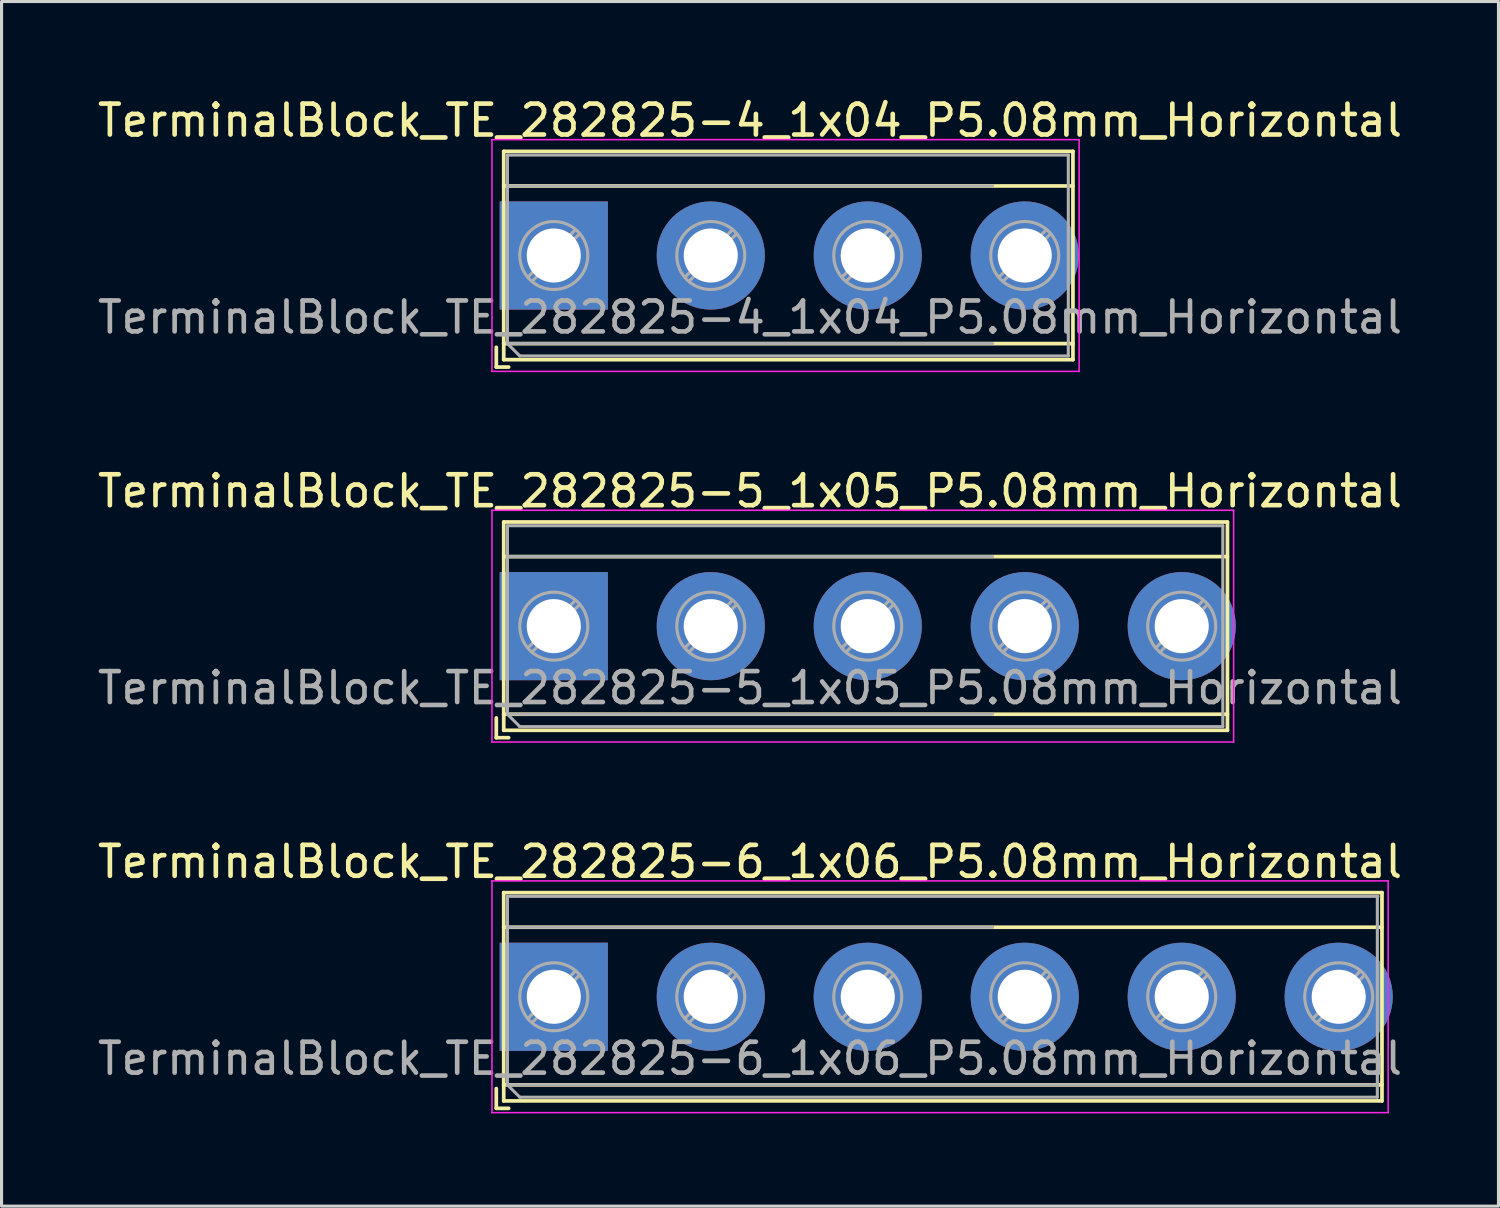
<source format=kicad_pcb>
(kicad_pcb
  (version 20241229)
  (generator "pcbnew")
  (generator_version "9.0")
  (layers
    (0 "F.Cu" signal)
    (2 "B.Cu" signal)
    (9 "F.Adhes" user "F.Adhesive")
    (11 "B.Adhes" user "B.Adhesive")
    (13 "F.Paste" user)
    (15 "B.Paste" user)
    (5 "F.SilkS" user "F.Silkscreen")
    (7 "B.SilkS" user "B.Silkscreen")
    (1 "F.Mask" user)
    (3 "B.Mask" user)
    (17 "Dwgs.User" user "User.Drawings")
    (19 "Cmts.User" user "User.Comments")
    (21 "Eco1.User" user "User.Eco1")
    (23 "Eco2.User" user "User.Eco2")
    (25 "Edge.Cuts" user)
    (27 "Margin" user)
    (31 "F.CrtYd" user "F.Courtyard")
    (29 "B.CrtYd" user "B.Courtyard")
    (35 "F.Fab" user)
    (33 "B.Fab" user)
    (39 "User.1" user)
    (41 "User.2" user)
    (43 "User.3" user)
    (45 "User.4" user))
  (footprint "TerminalBlock_TE_282825-6_1x06_P5.08mm_Horizontal"
    (layer "F.Cu")
    (at 14.87 29.205)
    (property "Reference" "TerminalBlock_TE_282825-6_1x06_P5.08mm_Horizontal" (at 6.35 -4.37 0) (layer "F.SilkS") (effects (font (size 1 1) (thickness 0.15))))
    (attr through_hole)
    (fp_line (start -1.86 2.97) (end -1.86 3.61) (stroke (width 0.12) (type solid)) (layer "F.SilkS"))
    (fp_line (start -1.86 3.61) (end -1.46 3.61) (stroke (width 0.12) (type solid)) (layer "F.SilkS"))
    (fp_line (start -1.62 -3.37) (end -1.62 3.37) (stroke (width 0.12) (type solid)) (layer "F.SilkS"))
    (fp_line (start -1.62 -3.37) (end 26.8 -3.37) (stroke (width 0.12) (type solid)) (layer "F.SilkS"))
    (fp_line (start -1.62 -2.25) (end 26.8 -2.25) (stroke (width 0.12) (type solid)) (layer "F.SilkS"))
    (fp_line (start -1.62 2.85) (end 26.8 2.85) (stroke (width 0.12) (type solid)) (layer "F.SilkS"))
    (fp_line (start -1.62 3.37) (end 26.8 3.37) (stroke (width 0.12) (type solid)) (layer "F.SilkS"))
    (fp_line (start 26.8 -3.37) (end 26.8 3.37) (stroke (width 0.12) (type solid)) (layer "F.SilkS"))
    (fp_line (start -2 -3.75) (end -2 3.75) (stroke (width 0.05) (type solid)) (layer "F.CrtYd"))
    (fp_line (start -2 3.75) (end 27 3.75) (stroke (width 0.05) (type solid)) (layer "F.CrtYd"))
    (fp_line (start 27 -3.75) (end -2 -3.75) (stroke (width 0.05) (type solid)) (layer "F.CrtYd"))
    (fp_line (start 27 3.75) (end 27 -3.75) (stroke (width 0.05) (type solid)) (layer "F.CrtYd"))
    (fp_line (start -1.5 -3.25) (end 26.67 -3.25) (stroke (width 0.1) (type solid)) (layer "F.Fab"))
    (fp_line (start -1.5 -2.25) (end 14.2 -2.25) (stroke (width 0.1) (type solid)) (layer "F.Fab"))
    (fp_line (start -1.5 2.85) (end -1.5 -3.25) (stroke (width 0.1) (type solid)) (layer "F.Fab"))
    (fp_line (start -1.5 2.85) (end 26.65 2.85) (stroke (width 0.1) (type solid)) (layer "F.Fab"))
    (fp_line (start -1.1 3.25) (end -1.5 2.85) (stroke (width 0.1) (type solid)) (layer "F.Fab"))
    (fp_line (start 0.701 -0.835) (end -0.835 0.7) (stroke (width 0.1) (type solid)) (layer "F.Fab"))
    (fp_line (start 0.835 -0.7) (end -0.701 0.835) (stroke (width 0.1) (type solid)) (layer "F.Fab"))
    (fp_line (start 5.781 -0.835) (end 4.246 0.7) (stroke (width 0.1) (type solid)) (layer "F.Fab"))
    (fp_line (start 5.915 -0.7) (end 4.38 0.835) (stroke (width 0.1) (type solid)) (layer "F.Fab"))
    (fp_line (start 10.861 -0.835) (end 9.326 0.7) (stroke (width 0.1) (type solid)) (layer "F.Fab"))
    (fp_line (start 10.995 -0.7) (end 9.46 0.835) (stroke (width 0.1) (type solid)) (layer "F.Fab"))
    (fp_line (start 15.941 -0.835) (end 14.406 0.7) (stroke (width 0.1) (type solid)) (layer "F.Fab"))
    (fp_line (start 16.075 -0.7) (end 14.54 0.835) (stroke (width 0.1) (type solid)) (layer "F.Fab"))
    (fp_line (start 21.021 -0.835) (end 19.486 0.7) (stroke (width 0.1) (type solid)) (layer "F.Fab"))
    (fp_line (start 21.155 -0.7) (end 19.62 0.835) (stroke (width 0.1) (type solid)) (layer "F.Fab"))
    (fp_line (start 26.101 -0.835) (end 24.566 0.7) (stroke (width 0.1) (type solid)) (layer "F.Fab"))
    (fp_line (start 26.235 -0.7) (end 24.7 0.835) (stroke (width 0.1) (type solid)) (layer "F.Fab"))
    (fp_line (start 26.65 -3.25) (end 26.65 3.25) (stroke (width 0.1) (type solid)) (layer "F.Fab"))
    (fp_line (start 26.65 3.25) (end -1.1 3.25) (stroke (width 0.1) (type solid)) (layer "F.Fab"))
    (fp_circle (center 0 0) (end 1.1 0) (stroke (width 0.1) (type solid)) (fill no) (layer "F.Fab"))
    (fp_circle (center 5.08 0) (end 6.18 0) (stroke (width 0.1) (type solid)) (fill no) (layer "F.Fab"))
    (fp_circle (center 10.16 0) (end 11.26 0) (stroke (width 0.1) (type solid)) (fill no) (layer "F.Fab"))
    (fp_circle (center 15.24 0) (end 16.34 0) (stroke (width 0.1) (type solid)) (fill no) (layer "F.Fab"))
    (fp_circle (center 20.32 0) (end 21.42 0) (stroke (width 0.1) (type solid)) (fill no) (layer "F.Fab"))
    (fp_circle (center 25.4 0) (end 26.5 0) (stroke (width 0.1) (type solid)) (fill no) (layer "F.Fab"))
    (fp_text user "${REFERENCE}" (at 6.35 2 0) (layer "F.Fab") (effects (font (size 1 1) (thickness 0.15))))
    (pad "1" thru_hole rect (at 0 0) (size 3.5 3.5) (drill 1.75) (layers "*.Cu" "*.Mask"))
    (pad "2" thru_hole circle (at 5.08 0) (size 3.5 3.5) (drill 1.75) (layers "*.Cu" "*.Mask"))
    (pad "3" thru_hole circle (at 10.16 0) (size 3.5 3.5) (drill 1.75) (layers "*.Cu" "*.Mask"))
    (pad "4" thru_hole circle (at 15.24 0) (size 3.5 3.5) (drill 1.75) (layers "*.Cu" "*.Mask"))
    (pad "5" thru_hole circle (at 20.32 0) (size 3.5 3.5) (drill 1.75) (layers "*.Cu" "*.Mask"))
    (pad "6" thru_hole circle (at 25.4 0) (size 3.5 3.5) (drill 1.75) (layers "*.Cu" "*.Mask")))
  (footprint "TerminalBlock_TE_282825-5_1x05_P5.08mm_Horizontal"
    (layer "F.Cu")
    (at 14.87 17.212)
    (property "Reference" "TerminalBlock_TE_282825-5_1x05_P5.08mm_Horizontal" (at 6.35 -4.37 0) (layer "F.SilkS") (effects (font (size 1 1) (thickness 0.15))))
    (attr through_hole)
    (fp_line (start -1.86 2.97) (end -1.86 3.61) (stroke (width 0.12) (type solid)) (layer "F.SilkS"))
    (fp_line (start -1.86 3.61) (end -1.46 3.61) (stroke (width 0.12) (type solid)) (layer "F.SilkS"))
    (fp_line (start -1.62 -3.37) (end -1.62 3.37) (stroke (width 0.12) (type solid)) (layer "F.SilkS"))
    (fp_line (start -1.62 -3.37) (end 21.8 -3.37) (stroke (width 0.12) (type solid)) (layer "F.SilkS"))
    (fp_line (start -1.62 -2.25) (end 21.8 -2.25) (stroke (width 0.12) (type solid)) (layer "F.SilkS"))
    (fp_line (start -1.62 2.85) (end 21.8 2.85) (stroke (width 0.12) (type solid)) (layer "F.SilkS"))
    (fp_line (start -1.62 3.37) (end 21.8 3.37) (stroke (width 0.12) (type solid)) (layer "F.SilkS"))
    (fp_line (start 21.8 -3.37) (end 21.8 3.37) (stroke (width 0.12) (type solid)) (layer "F.SilkS"))
    (fp_line (start -2 -3.75) (end -2 3.75) (stroke (width 0.05) (type solid)) (layer "F.CrtYd"))
    (fp_line (start -2 3.75) (end 22 3.75) (stroke (width 0.05) (type solid)) (layer "F.CrtYd"))
    (fp_line (start 22 -3.75) (end -2 -3.75) (stroke (width 0.05) (type solid)) (layer "F.CrtYd"))
    (fp_line (start 22 3.75) (end 22 -3.75) (stroke (width 0.05) (type solid)) (layer "F.CrtYd"))
    (fp_line (start -1.5 -3.25) (end 21.65 -3.25) (stroke (width 0.1) (type solid)) (layer "F.Fab"))
    (fp_line (start -1.5 -2.25) (end 14.2 -2.25) (stroke (width 0.1) (type solid)) (layer "F.Fab"))
    (fp_line (start -1.5 2.85) (end -1.5 -3.25) (stroke (width 0.1) (type solid)) (layer "F.Fab"))
    (fp_line (start -1.5 2.85) (end 14.2 2.85) (stroke (width 0.1) (type solid)) (layer "F.Fab"))
    (fp_line (start -1.1 3.25) (end -1.5 2.85) (stroke (width 0.1) (type solid)) (layer "F.Fab"))
    (fp_line (start 0.701 -0.835) (end -0.835 0.7) (stroke (width 0.1) (type solid)) (layer "F.Fab"))
    (fp_line (start 0.835 -0.7) (end -0.701 0.835) (stroke (width 0.1) (type solid)) (layer "F.Fab"))
    (fp_line (start 5.781 -0.835) (end 4.246 0.7) (stroke (width 0.1) (type solid)) (layer "F.Fab"))
    (fp_line (start 5.915 -0.7) (end 4.38 0.835) (stroke (width 0.1) (type solid)) (layer "F.Fab"))
    (fp_line (start 10.861 -0.835) (end 9.326 0.7) (stroke (width 0.1) (type solid)) (layer "F.Fab"))
    (fp_line (start 10.995 -0.7) (end 9.46 0.835) (stroke (width 0.1) (type solid)) (layer "F.Fab"))
    (fp_line (start 15.941 -0.835) (end 14.406 0.7) (stroke (width 0.1) (type solid)) (layer "F.Fab"))
    (fp_line (start 16.075 -0.7) (end 14.54 0.835) (stroke (width 0.1) (type solid)) (layer "F.Fab"))
    (fp_line (start 21.021 -0.835) (end 19.486 0.7) (stroke (width 0.1) (type solid)) (layer "F.Fab"))
    (fp_line (start 21.155 -0.7) (end 19.62 0.835) (stroke (width 0.1) (type solid)) (layer "F.Fab"))
    (fp_line (start 21.65 -3.25) (end 21.65 3.25) (stroke (width 0.1) (type solid)) (layer "F.Fab"))
    (fp_line (start 21.65 3.25) (end -1.1 3.25) (stroke (width 0.1) (type solid)) (layer "F.Fab"))
    (fp_circle (center 0 0) (end 1.1 0) (stroke (width 0.1) (type solid)) (fill no) (layer "F.Fab"))
    (fp_circle (center 5.08 0) (end 6.18 0) (stroke (width 0.1) (type solid)) (fill no) (layer "F.Fab"))
    (fp_circle (center 10.16 0) (end 11.26 0) (stroke (width 0.1) (type solid)) (fill no) (layer "F.Fab"))
    (fp_circle (center 15.24 0) (end 16.34 0) (stroke (width 0.1) (type solid)) (fill no) (layer "F.Fab"))
    (fp_circle (center 20.32 0) (end 21.42 0) (stroke (width 0.1) (type solid)) (fill no) (layer "F.Fab"))
    (fp_text user "${REFERENCE}" (at 6.35 2 0) (layer "F.Fab") (effects (font (size 1 1) (thickness 0.15))))
    (pad "1" thru_hole rect (at 0 0) (size 3.5 3.5) (drill 1.75) (layers "*.Cu" "*.Mask"))
    (pad "2" thru_hole circle (at 5.08 0) (size 3.5 3.5) (drill 1.75) (layers "*.Cu" "*.Mask"))
    (pad "3" thru_hole circle (at 10.16 0) (size 3.5 3.5) (drill 1.75) (layers "*.Cu" "*.Mask"))
    (pad "4" thru_hole circle (at 15.24 0) (size 3.5 3.5) (drill 1.75) (layers "*.Cu" "*.Mask"))
    (pad "5" thru_hole circle (at 20.32 0) (size 3.5 3.5) (drill 1.75) (layers "*.Cu" "*.Mask")))
  (footprint "TerminalBlock_TE_282825-4_1x04_P5.08mm_Horizontal"
    (layer "F.Cu")
    (at 14.87 5.218)
    (property "Reference" "TerminalBlock_TE_282825-4_1x04_P5.08mm_Horizontal" (at 6.35 -4.37 0) (layer "F.SilkS") (effects (font (size 1 1) (thickness 0.15))))
    (attr through_hole)
    (fp_line (start -1.86 2.97) (end -1.86 3.61) (stroke (width 0.12) (type solid)) (layer "F.SilkS"))
    (fp_line (start -1.86 3.61) (end -1.46 3.61) (stroke (width 0.12) (type solid)) (layer "F.SilkS"))
    (fp_line (start -1.62 -3.37) (end -1.62 3.37) (stroke (width 0.12) (type solid)) (layer "F.SilkS"))
    (fp_line (start -1.62 -3.37) (end 16.8 -3.37) (stroke (width 0.12) (type solid)) (layer "F.SilkS"))
    (fp_line (start -1.62 -2.25) (end 16.8 -2.25) (stroke (width 0.12) (type solid)) (layer "F.SilkS"))
    (fp_line (start -1.62 2.85) (end 16.8 2.85) (stroke (width 0.12) (type solid)) (layer "F.SilkS"))
    (fp_line (start -1.62 3.37) (end 16.8 3.37) (stroke (width 0.12) (type solid)) (layer "F.SilkS"))
    (fp_line (start 16.8 -3.37) (end 16.8 3.37) (stroke (width 0.12) (type solid)) (layer "F.SilkS"))
    (fp_line (start -2 -3.75) (end -2 3.75) (stroke (width 0.05) (type solid)) (layer "F.CrtYd"))
    (fp_line (start -2 3.75) (end 17 3.75) (stroke (width 0.05) (type solid)) (layer "F.CrtYd"))
    (fp_line (start 17 -3.75) (end -2 -3.75) (stroke (width 0.05) (type solid)) (layer "F.CrtYd"))
    (fp_line (start 17 3.75) (end 17 -3.75) (stroke (width 0.05) (type solid)) (layer "F.CrtYd"))
    (fp_line (start -1.5 -3.25) (end 16.65 -3.25) (stroke (width 0.1) (type solid)) (layer "F.Fab"))
    (fp_line (start -1.5 -2.25) (end 14.2 -2.25) (stroke (width 0.1) (type solid)) (layer "F.Fab"))
    (fp_line (start -1.5 2.85) (end -1.5 -3.25) (stroke (width 0.1) (type solid)) (layer "F.Fab"))
    (fp_line (start -1.5 2.85) (end 14.2 2.85) (stroke (width 0.1) (type solid)) (layer "F.Fab"))
    (fp_line (start -1.1 3.25) (end -1.5 2.85) (stroke (width 0.1) (type solid)) (layer "F.Fab"))
    (fp_line (start 0.701 -0.835) (end -0.835 0.7) (stroke (width 0.1) (type solid)) (layer "F.Fab"))
    (fp_line (start 0.835 -0.7) (end -0.701 0.835) (stroke (width 0.1) (type solid)) (layer "F.Fab"))
    (fp_line (start 5.781 -0.835) (end 4.246 0.7) (stroke (width 0.1) (type solid)) (layer "F.Fab"))
    (fp_line (start 5.915 -0.7) (end 4.38 0.835) (stroke (width 0.1) (type solid)) (layer "F.Fab"))
    (fp_line (start 10.861 -0.835) (end 9.326 0.7) (stroke (width 0.1) (type solid)) (layer "F.Fab"))
    (fp_line (start 10.995 -0.7) (end 9.46 0.835) (stroke (width 0.1) (type solid)) (layer "F.Fab"))
    (fp_line (start 15.941 -0.835) (end 14.406 0.7) (stroke (width 0.1) (type solid)) (layer "F.Fab"))
    (fp_line (start 16.075 -0.7) (end 14.54 0.835) (stroke (width 0.1) (type solid)) (layer "F.Fab"))
    (fp_line (start 16.65 -3.25) (end 16.65 3.25) (stroke (width 0.1) (type solid)) (layer "F.Fab"))
    (fp_line (start 16.65 3.25) (end -1.1 3.25) (stroke (width 0.1) (type solid)) (layer "F.Fab"))
    (fp_circle (center 0 0) (end 1.1 0) (stroke (width 0.1) (type solid)) (fill no) (layer "F.Fab"))
    (fp_circle (center 5.08 0) (end 6.18 0) (stroke (width 0.1) (type solid)) (fill no) (layer "F.Fab"))
    (fp_circle (center 10.16 0) (end 11.26 0) (stroke (width 0.1) (type solid)) (fill no) (layer "F.Fab"))
    (fp_circle (center 15.24 0) (end 16.34 0) (stroke (width 0.1) (type solid)) (fill no) (layer "F.Fab"))
    (fp_text user "${REFERENCE}" (at 6.35 2 0) (layer "F.Fab") (effects (font (size 1 1) (thickness 0.15))))
    (pad "1" thru_hole rect (at 0 0) (size 3.5 3.5) (drill 1.75) (layers "*.Cu" "*.Mask"))
    (pad "2" thru_hole circle (at 5.08 0) (size 3.5 3.5) (drill 1.75) (layers "*.Cu" "*.Mask"))
    (pad "3" thru_hole circle (at 10.16 0) (size 3.5 3.5) (drill 1.75) (layers "*.Cu" "*.Mask"))
    (pad "4" thru_hole circle (at 15.24 0) (size 3.5 3.5) (drill 1.75) (layers "*.Cu" "*.Mask")))
  (gr_rect
    (start -3 -3)
    (end 45.44 35.98)
    (stroke (width 0.1) (type default))
    (fill no)
    (layer "Edge.Cuts")))
</source>
